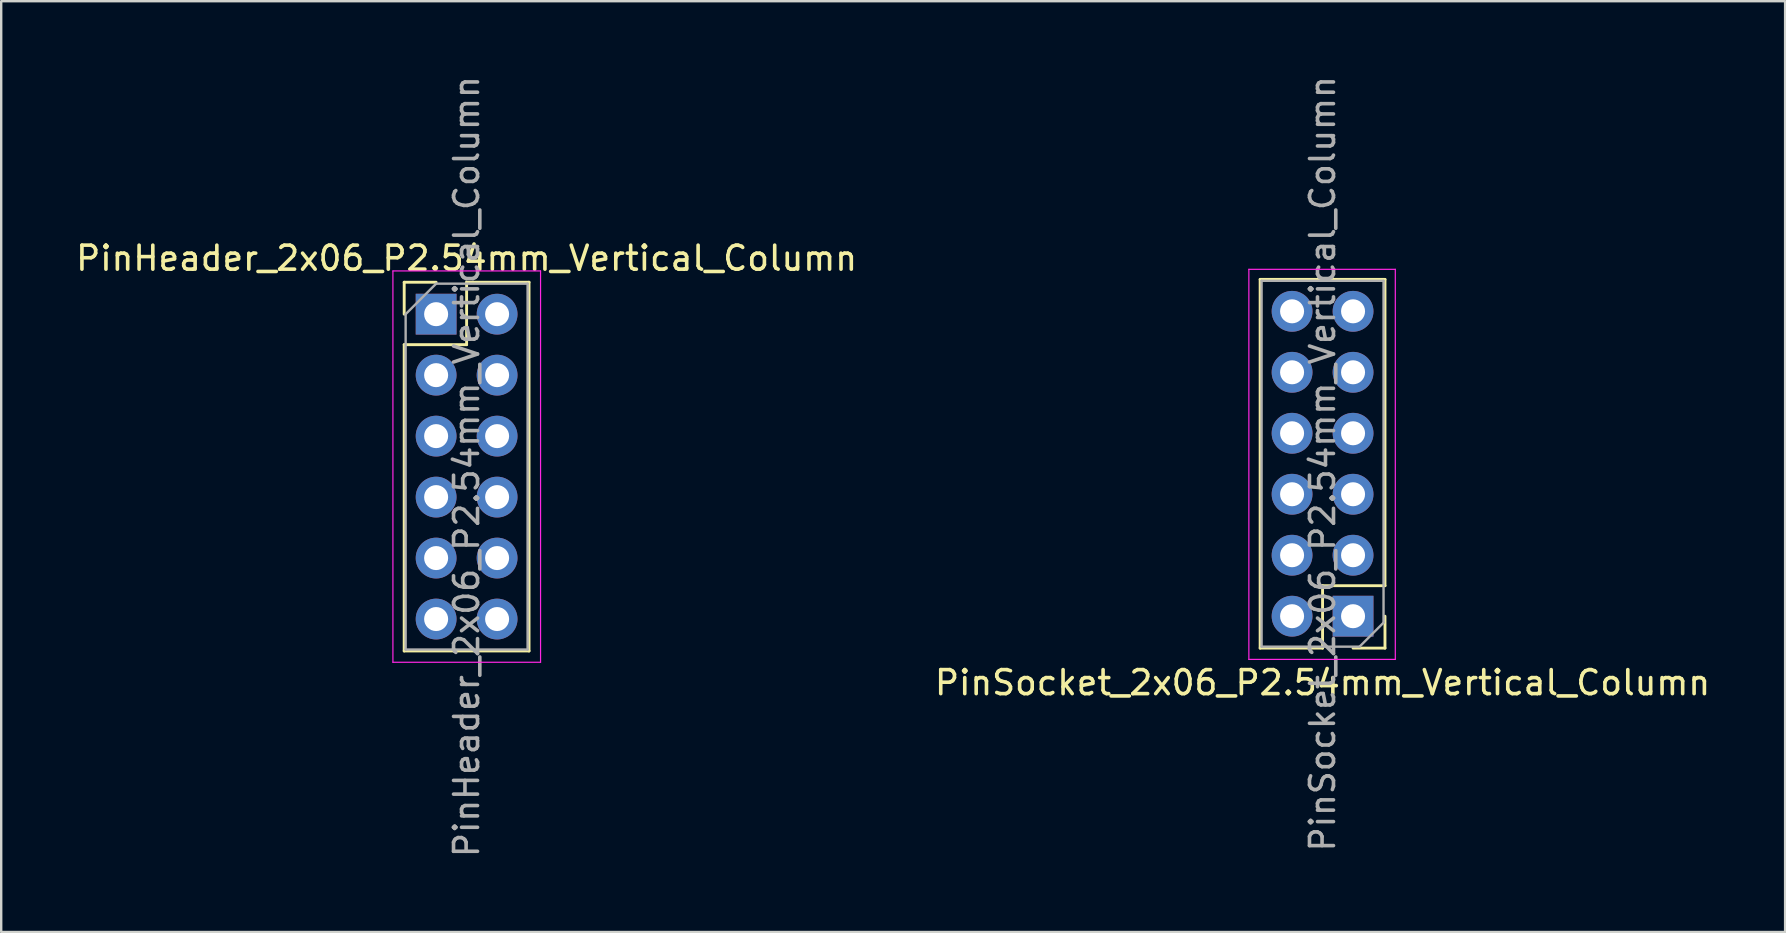
<source format=kicad_pcb>
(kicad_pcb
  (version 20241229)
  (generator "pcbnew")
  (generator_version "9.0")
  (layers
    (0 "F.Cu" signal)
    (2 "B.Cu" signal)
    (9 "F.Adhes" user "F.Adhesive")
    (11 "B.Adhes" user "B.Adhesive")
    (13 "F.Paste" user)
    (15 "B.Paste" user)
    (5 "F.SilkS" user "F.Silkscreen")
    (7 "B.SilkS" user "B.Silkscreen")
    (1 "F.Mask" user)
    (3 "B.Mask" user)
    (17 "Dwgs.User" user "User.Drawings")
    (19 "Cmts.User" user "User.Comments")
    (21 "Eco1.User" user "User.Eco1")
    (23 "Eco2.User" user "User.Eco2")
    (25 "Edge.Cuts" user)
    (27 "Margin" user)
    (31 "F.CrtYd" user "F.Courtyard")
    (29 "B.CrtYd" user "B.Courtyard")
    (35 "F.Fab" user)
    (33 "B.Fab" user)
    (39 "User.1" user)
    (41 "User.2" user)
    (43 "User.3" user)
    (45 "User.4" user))
  (footprint "PinHeader_2x06_P2.54mm_Vertical_Column"
    (layer "F.Cu")
    (at 15.117 10.037)
    (property "Reference" "PinHeader_2x06_P2.54mm_Vertical_Column" (at 1.27 -2.33 0) (layer "F.SilkS") (effects (font (size 1 1) (thickness 0.15))))
    (attr through_hole)
    (fp_line (start -1.33 -1.33) (end 0 -1.33) (stroke (width 0.12) (type solid)) (layer "F.SilkS"))
    (fp_line (start -1.33 0) (end -1.33 -1.33) (stroke (width 0.12) (type solid)) (layer "F.SilkS"))
    (fp_line (start -1.33 1.27) (end -1.33 14.03) (stroke (width 0.12) (type solid)) (layer "F.SilkS"))
    (fp_line (start -1.33 1.27) (end 1.27 1.27) (stroke (width 0.12) (type solid)) (layer "F.SilkS"))
    (fp_line (start -1.33 14.03) (end 3.87 14.03) (stroke (width 0.12) (type solid)) (layer "F.SilkS"))
    (fp_line (start 1.27 -1.33) (end 3.87 -1.33) (stroke (width 0.12) (type solid)) (layer "F.SilkS"))
    (fp_line (start 1.27 1.27) (end 1.27 -1.33) (stroke (width 0.12) (type solid)) (layer "F.SilkS"))
    (fp_line (start 3.87 -1.33) (end 3.87 14.03) (stroke (width 0.12) (type solid)) (layer "F.SilkS"))
    (fp_line (start -1.8 -1.8) (end -1.8 14.5) (stroke (width 0.05) (type solid)) (layer "F.CrtYd"))
    (fp_line (start -1.8 14.5) (end 4.35 14.5) (stroke (width 0.05) (type solid)) (layer "F.CrtYd"))
    (fp_line (start 4.35 -1.8) (end -1.8 -1.8) (stroke (width 0.05) (type solid)) (layer "F.CrtYd"))
    (fp_line (start 4.35 14.5) (end 4.35 -1.8) (stroke (width 0.05) (type solid)) (layer "F.CrtYd"))
    (fp_line (start -1.27 0) (end 0 -1.27) (stroke (width 0.1) (type solid)) (layer "F.Fab"))
    (fp_line (start -1.27 13.97) (end -1.27 0) (stroke (width 0.1) (type solid)) (layer "F.Fab"))
    (fp_line (start 0 -1.27) (end 3.81 -1.27) (stroke (width 0.1) (type solid)) (layer "F.Fab"))
    (fp_line (start 3.81 -1.27) (end 3.81 13.97) (stroke (width 0.1) (type solid)) (layer "F.Fab"))
    (fp_line (start 3.81 13.97) (end -1.27 13.97) (stroke (width 0.1) (type solid)) (layer "F.Fab"))
    (fp_text user "${REFERENCE}" (at 1.27 6.35 90) (layer "F.Fab") (effects (font (size 1 1) (thickness 0.15))))
    (pad "1" thru_hole rect (at 0 0) (size 1.7 1.7) (drill 1) (layers "*.Cu" "*.Mask"))
    (pad "2" thru_hole oval (at 0 2.54) (size 1.7 1.7) (drill 1) (layers "*.Cu" "*.Mask"))
    (pad "3" thru_hole oval (at 0 5.08) (size 1.7 1.7) (drill 1) (layers "*.Cu" "*.Mask"))
    (pad "4" thru_hole oval (at 0 7.62) (size 1.7 1.7) (drill 1) (layers "*.Cu" "*.Mask"))
    (pad "5" thru_hole oval (at 0 10.16) (size 1.7 1.7) (drill 1) (layers "*.Cu" "*.Mask"))
    (pad "6" thru_hole oval (at 0 12.7) (size 1.7 1.7) (drill 1) (layers "*.Cu" "*.Mask"))
    (pad "7" thru_hole oval (at 2.54 0) (size 1.7 1.7) (drill 1) (layers "*.Cu" "*.Mask"))
    (pad "8" thru_hole oval (at 2.54 2.54) (size 1.7 1.7) (drill 1) (layers "*.Cu" "*.Mask"))
    (pad "9" thru_hole oval (at 2.54 5.08) (size 1.7 1.7) (drill 1) (layers "*.Cu" "*.Mask"))
    (pad "10" thru_hole oval (at 2.54 7.62) (size 1.7 1.7) (drill 1) (layers "*.Cu" "*.Mask"))
    (pad "11" thru_hole oval (at 2.54 10.16) (size 1.7 1.7) (drill 1) (layers "*.Cu" "*.Mask"))
    (pad "12" thru_hole oval (at 2.54 12.7) (size 1.7 1.7) (drill 1) (layers "*.Cu" "*.Mask")))
  (footprint "PinSocket_2x06_P2.54mm_Vertical_Column"
    (layer "F.Cu")
    (at 53.312 9.618)
    (property "Reference" "PinSocket_2x06_P2.54mm_Vertical_Column" (at -1.27 15.77 0) (layer "F.SilkS") (effects (font (size 1 1) (thickness 0.15))))
    (attr through_hole)
    (fp_line (start -3.87 -1.03) (end 1.33 -1.03) (stroke (width 0.12) (type solid)) (layer "F.SilkS"))
    (fp_line (start -3.87 14.33) (end -3.87 -1.03) (stroke (width 0.12) (type solid)) (layer "F.SilkS"))
    (fp_line (start -3.87 14.33) (end -1.27 14.33) (stroke (width 0.12) (type solid)) (layer "F.SilkS"))
    (fp_line (start -1.27 11.73) (end 1.33 11.73) (stroke (width 0.12) (type solid)) (layer "F.SilkS"))
    (fp_line (start -1.27 14.33) (end -1.27 11.73) (stroke (width 0.12) (type solid)) (layer "F.SilkS"))
    (fp_line (start 0 14.33) (end 1.33 14.33) (stroke (width 0.12) (type solid)) (layer "F.SilkS"))
    (fp_line (start 1.33 11.73) (end 1.33 -1.03) (stroke (width 0.12) (type solid)) (layer "F.SilkS"))
    (fp_line (start 1.33 14.33) (end 1.33 13) (stroke (width 0.12) (type solid)) (layer "F.SilkS"))
    (fp_line (start -4.34 -1.45) (end -4.34 14.8) (stroke (width 0.05) (type solid)) (layer "F.CrtYd"))
    (fp_line (start -4.34 14.8) (end 1.76 14.8) (stroke (width 0.05) (type solid)) (layer "F.CrtYd"))
    (fp_line (start 1.76 -1.45) (end -4.34 -1.45) (stroke (width 0.05) (type solid)) (layer "F.CrtYd"))
    (fp_line (start 1.76 14.8) (end 1.76 -1.45) (stroke (width 0.05) (type solid)) (layer "F.CrtYd"))
    (fp_line (start -3.81 -0.97) (end -3.81 14.27) (stroke (width 0.1) (type solid)) (layer "F.Fab"))
    (fp_line (start -3.81 14.27) (end 0.27 14.27) (stroke (width 0.1) (type solid)) (layer "F.Fab"))
    (fp_line (start 0.27 14.27) (end 1.27 13.27) (stroke (width 0.1) (type solid)) (layer "F.Fab"))
    (fp_line (start 1.27 -0.97) (end -3.81 -0.97) (stroke (width 0.1) (type solid)) (layer "F.Fab"))
    (fp_line (start 1.27 13.27) (end 1.27 -0.97) (stroke (width 0.1) (type solid)) (layer "F.Fab"))
    (fp_text user "${REFERENCE}" (at -1.27 6.65 90) (layer "F.Fab") (effects (font (size 1 1) (thickness 0.15))))
    (pad "1" thru_hole rect (at 0 13) (size 1.7 1.7) (drill 1) (layers "*.Cu" "*.Mask"))
    (pad "2" thru_hole oval (at 0 10.46) (size 1.7 1.7) (drill 1) (layers "*.Cu" "*.Mask"))
    (pad "3" thru_hole oval (at 0 7.92) (size 1.7 1.7) (drill 1) (layers "*.Cu" "*.Mask"))
    (pad "4" thru_hole oval (at 0 5.38) (size 1.7 1.7) (drill 1) (layers "*.Cu" "*.Mask"))
    (pad "5" thru_hole oval (at 0 2.84) (size 1.7 1.7) (drill 1) (layers "*.Cu" "*.Mask"))
    (pad "6" thru_hole oval (at 0 0.3) (size 1.7 1.7) (drill 1) (layers "*.Cu" "*.Mask"))
    (pad "7" thru_hole oval (at -2.54 13) (size 1.7 1.7) (drill 1) (layers "*.Cu" "*.Mask"))
    (pad "8" thru_hole oval (at -2.54 10.46) (size 1.7 1.7) (drill 1) (layers "*.Cu" "*.Mask"))
    (pad "9" thru_hole oval (at -2.54 7.92) (size 1.7 1.7) (drill 1) (layers "*.Cu" "*.Mask"))
    (pad "10" thru_hole oval (at -2.54 5.38) (size 1.7 1.7) (drill 1) (layers "*.Cu" "*.Mask"))
    (pad "11" thru_hole oval (at -2.54 2.84) (size 1.7 1.7) (drill 1) (layers "*.Cu" "*.Mask"))
    (pad "12" thru_hole oval (at -2.54 0.3) (size 1.7 1.7) (drill 1) (layers "*.Cu" "*.Mask")))
  (gr_rect
    (start -3 -3)
    (end 71.31 35.774)
    (stroke (width 0.1) (type default))
    (fill no)
    (layer "Edge.Cuts")))
</source>
